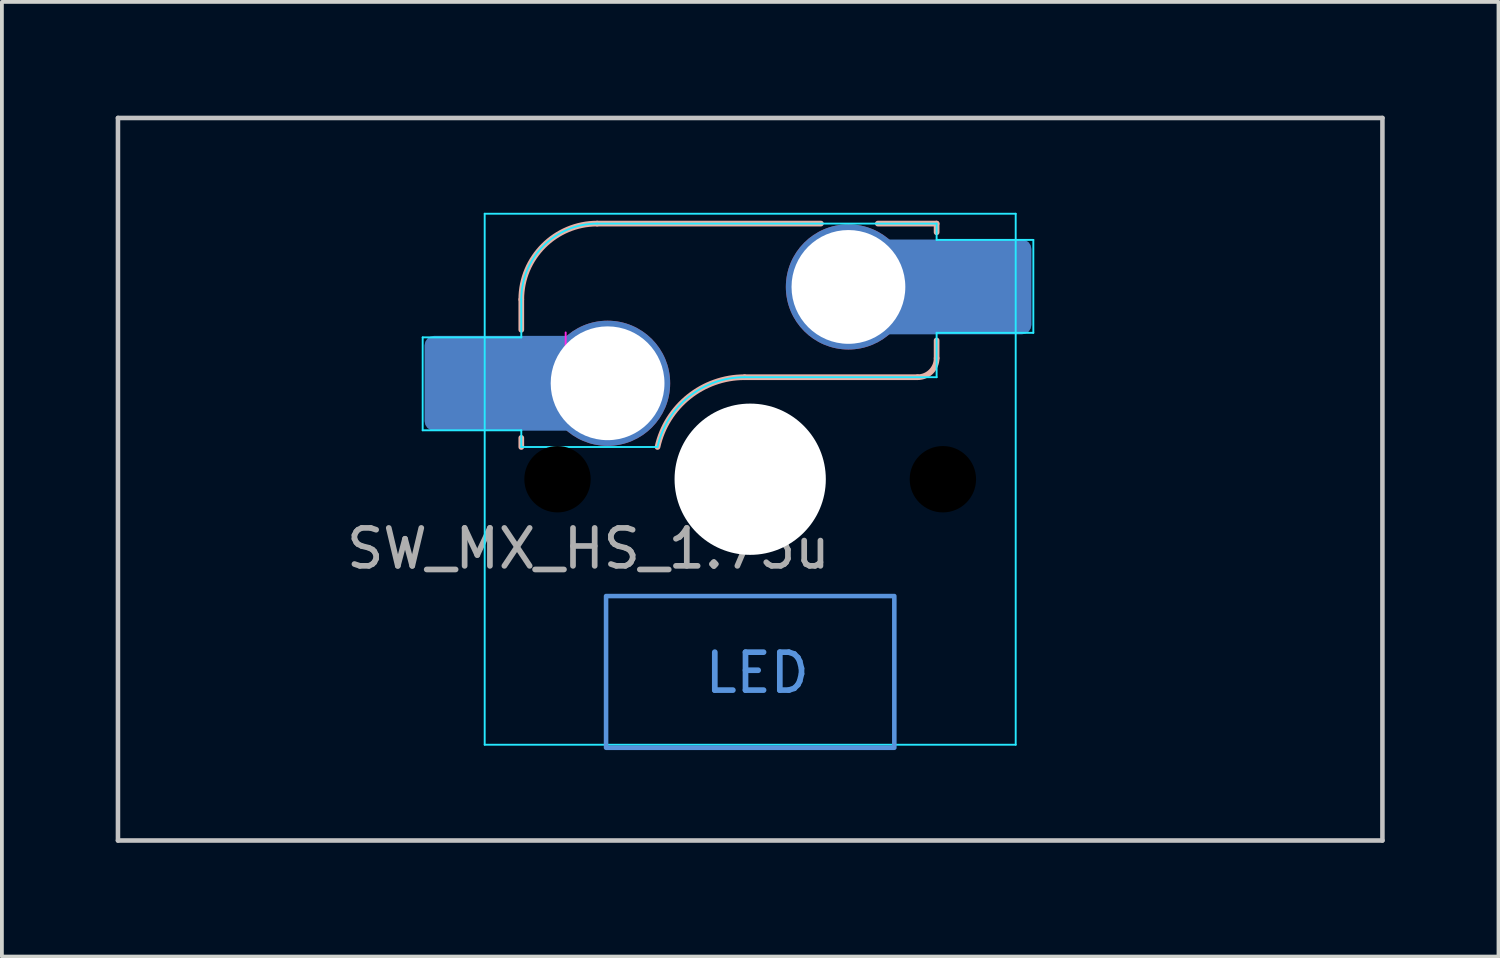
<source format=kicad_pcb>
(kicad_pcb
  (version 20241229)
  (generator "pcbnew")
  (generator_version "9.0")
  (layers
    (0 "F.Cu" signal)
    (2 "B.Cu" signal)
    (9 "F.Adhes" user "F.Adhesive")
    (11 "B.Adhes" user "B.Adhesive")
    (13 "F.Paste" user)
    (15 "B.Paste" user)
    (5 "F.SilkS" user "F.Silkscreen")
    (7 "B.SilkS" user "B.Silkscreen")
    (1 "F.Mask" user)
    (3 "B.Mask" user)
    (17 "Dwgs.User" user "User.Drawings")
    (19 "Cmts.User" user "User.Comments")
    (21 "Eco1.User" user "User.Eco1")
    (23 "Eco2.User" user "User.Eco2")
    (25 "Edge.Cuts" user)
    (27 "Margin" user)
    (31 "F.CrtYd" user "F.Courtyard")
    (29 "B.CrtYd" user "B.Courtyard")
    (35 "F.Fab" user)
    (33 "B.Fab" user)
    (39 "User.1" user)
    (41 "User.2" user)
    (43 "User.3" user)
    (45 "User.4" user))
  (footprint "SW_MX_HS_1.75u"
    (layer "F.Cu")
    (at 16.729 9.585)
    (property "Reference" "SW_MX_HS_1.75u" (at -4.267 1.829 0) (layer "F.Fab") (effects (font (size 1 1) (thickness 0.15))))
    (attr smd)
    (fp_line (start -6.035 -3.94) (end -6.035 -4.74) (stroke (width 0.15) (type solid)) (layer "B.SilkS"))
    (fp_line (start -6.035 -1.09) (end -6.035 -0.85) (stroke (width 0.15) (type solid)) (layer "B.SilkS"))
    (fp_line (start -4.035 -6.74) (end 1.865 -6.74) (stroke (width 0.15) (type solid)) (layer "B.SilkS"))
    (fp_line (start 3.365 -6.74) (end 4.915 -6.74) (stroke (width 0.15) (type solid)) (layer "B.SilkS"))
    (fp_line (start 4.415 -2.69) (end -0.15 -2.69) (stroke (width 0.15) (type solid)) (layer "B.SilkS"))
    (fp_line (start 4.915 -6.74) (end 4.915 -6.51) (stroke (width 0.15) (type solid)) (layer "B.SilkS"))
    (fp_line (start 4.915 -3.66) (end 4.915 -3.19) (stroke (width 0.15) (type solid)) (layer "B.SilkS"))
    (fp_arc (start -6.035 -4.74) (mid -5.449216 -6.154216) (end -4.035 -6.74) (stroke (width 0.15) (type solid)) (layer "B.SilkS"))
    (fp_arc (start -2.444146 -0.85) (mid -1.620517 -2.173417) (end -0.149824 -2.69) (stroke (width 0.15) (type solid)) (layer "B.SilkS"))
    (fp_arc (start 4.915 -3.19) (mid 4.768553 -2.836447) (end 4.415 -2.69) (stroke (width 0.15) (type solid)) (layer "B.SilkS"))
    (fp_line (start -16.669 -9.525) (end 16.669 -9.525) (stroke (width 0.12) (type solid)) (layer "Dwgs.User"))
    (fp_line (start -16.669 9.525) (end -16.669 -9.525) (stroke (width 0.12) (type solid)) (layer "Dwgs.User"))
    (fp_line (start 16.669 -9.525) (end 16.669 9.525) (stroke (width 0.12) (type solid)) (layer "Dwgs.User"))
    (fp_line (start 16.669 9.525) (end -16.669 9.525) (stroke (width 0.12) (type solid)) (layer "Dwgs.User"))
    (fp_rect (start -3.8 3.08) (end 3.8 7.08) (stroke (width 0.12) (type default)) (fill no) (layer "Cmts.User"))
    (fp_line (start -7 -6.5) (end -7 6.5) (stroke (width 0.05) (type solid)) (layer "Eco2.User"))
    (fp_line (start -6.5 7) (end 6.5 7) (stroke (width 0.05) (type solid)) (layer "Eco2.User"))
    (fp_line (start -6.45 -6.99) (end 6.55 -6.99) (stroke (width 0.05) (type solid)) (layer "Eco2.User"))
    (fp_line (start 6.5 -7) (end -6.5 -7) (stroke (width 0.05) (type solid)) (layer "Eco2.User"))
    (fp_line (start 7 6.5) (end 7 -6.5) (stroke (width 0.05) (type solid)) (layer "Eco2.User"))
    (fp_arc (start -7 -6.5) (mid -6.853553 -6.853553) (end -6.5 -7) (stroke (width 0.05) (type solid)) (layer "Eco2.User"))
    (fp_arc (start -6.949824 -6.48978) (mid -6.803377 -6.843333) (end -6.449824 -6.98978) (stroke (width 0.05) (type solid)) (layer "Eco2.User"))
    (fp_arc (start -6.497236 6.998884) (mid -6.850789 6.852437) (end -6.997236 6.498884) (stroke (width 0.05) (type solid)) (layer "Eco2.User"))
    (fp_arc (start 6.5 -7) (mid 6.853553 -6.853553) (end 7 -6.5) (stroke (width 0.05) (type solid)) (layer "Eco2.User"))
    (fp_arc (start 6.550176 -6.98978) (mid 6.903729 -6.843333) (end 7.050176 -6.48978) (stroke (width 0.05) (type solid)) (layer "Eco2.User"))
    (fp_arc (start 7 6.5) (mid 6.853553 6.853553) (end 6.5 7) (stroke (width 0.05) (type solid)) (layer "Eco2.User"))
    (fp_line (start -8.635 -3.74) (end -8.635 -1.29) (stroke (width 0.05) (type solid)) (layer "B.CrtYd"))
    (fp_line (start -8.635 -1.29) (end -6.035 -1.29) (stroke (width 0.05) (type solid)) (layer "B.CrtYd"))
    (fp_line (start -7 -7) (end 7 -7) (stroke (width 0.05) (type solid)) (layer "B.CrtYd"))
    (fp_line (start -7 7) (end -7 -7) (stroke (width 0.05) (type solid)) (layer "B.CrtYd"))
    (fp_line (start -6.035 -3.74) (end -8.635 -3.74) (stroke (width 0.05) (type solid)) (layer "B.CrtYd"))
    (fp_line (start -6.035 -3.74) (end -6.035 -4.74) (stroke (width 0.05) (type solid)) (layer "B.CrtYd"))
    (fp_line (start -6.035 -1.29) (end -6.035 -0.85) (stroke (width 0.05) (type solid)) (layer "B.CrtYd"))
    (fp_line (start -6.035 -0.85) (end -2.444 -0.85) (stroke (width 0.05) (type solid)) (layer "B.CrtYd"))
    (fp_line (start -4.035 -6.74) (end 4.915 -6.74) (stroke (width 0.05) (type solid)) (layer "B.CrtYd"))
    (fp_line (start 4.915 -6.74) (end 4.915 -6.31) (stroke (width 0.05) (type solid)) (layer "B.CrtYd"))
    (fp_line (start 4.915 -3.86) (end 4.915 -2.69) (stroke (width 0.05) (type solid)) (layer "B.CrtYd"))
    (fp_line (start 4.915 -3.86) (end 7.465 -3.86) (stroke (width 0.05) (type solid)) (layer "B.CrtYd"))
    (fp_line (start 4.915 -2.69) (end -0.15 -2.69) (stroke (width 0.05) (type solid)) (layer "B.CrtYd"))
    (fp_line (start 7 -7) (end 7 7) (stroke (width 0.05) (type solid)) (layer "B.CrtYd"))
    (fp_line (start 7 7) (end -7 7) (stroke (width 0.05) (type solid)) (layer "B.CrtYd"))
    (fp_line (start 7.465 -6.31) (end 4.915 -6.31) (stroke (width 0.05) (type solid)) (layer "B.CrtYd"))
    (fp_line (start 7.465 -3.86) (end 7.465 -6.31) (stroke (width 0.05) (type solid)) (layer "B.CrtYd"))
    (fp_arc (start -6.035 -4.74) (mid -5.449216 -6.154216) (end -4.035 -6.74) (stroke (width 0.05) (type solid)) (layer "B.CrtYd"))
    (fp_arc (start -2.444146 -0.85) (mid -1.620326 -2.173179) (end -0.149824 -2.69) (stroke (width 0.05) (type solid)) (layer "B.CrtYd"))
    (fp_line (start -4.865 -3.87) (end -4.865 -2.7) (stroke (width 0.05) (type solid)) (layer "F.CrtYd"))
    (fp_text user "LED" (at -1.27 5.69 0) (unlocked yes) (layer "Cmts.User") (effects (font (size 1 1) (thickness 0.15)) (justify left bottom)))
    (pad "" np_thru_hole circle (at -5.08 0) (size 1.75 1.75) (drill 1.75) (layers "*.Mask"))
    (pad "" np_thru_hole circle (at 0 0) (size 3.988 3.988) (drill 3.988) (layers "*.Cu" "*.Mask"))
    (pad "" np_thru_hole circle (at 5.08 0) (size 1.75 1.75) (drill 1.75) (layers "*.Mask"))
    (pad "1" thru_hole circle (at 2.59 -5.07) (size 3.3 3.3) (drill 3) (layers "*.Cu" "*.Mask"))
    (pad "1" smd roundrect (at 5.315 -5.07) (size 4.2 2.5) (layers "B.Cu" "B.Mask" "B.Paste") (roundrect_rratio 0.1))
    (pad "2" smd roundrect (at -6.485 -2.53) (size 4.2 2.5) (layers "B.Cu" "B.Mask" "B.Paste") (roundrect_rratio 0.1))
    (pad "2" thru_hole circle (at -3.76 -2.53) (size 3.3 3.3) (drill 3) (layers "*.Cu" "*.Mask")))
  (gr_rect
    (start -3 -3)
    (end 36.458 22.17)
    (stroke (width 0.1) (type default))
    (fill no)
    (layer "Edge.Cuts")))
</source>
